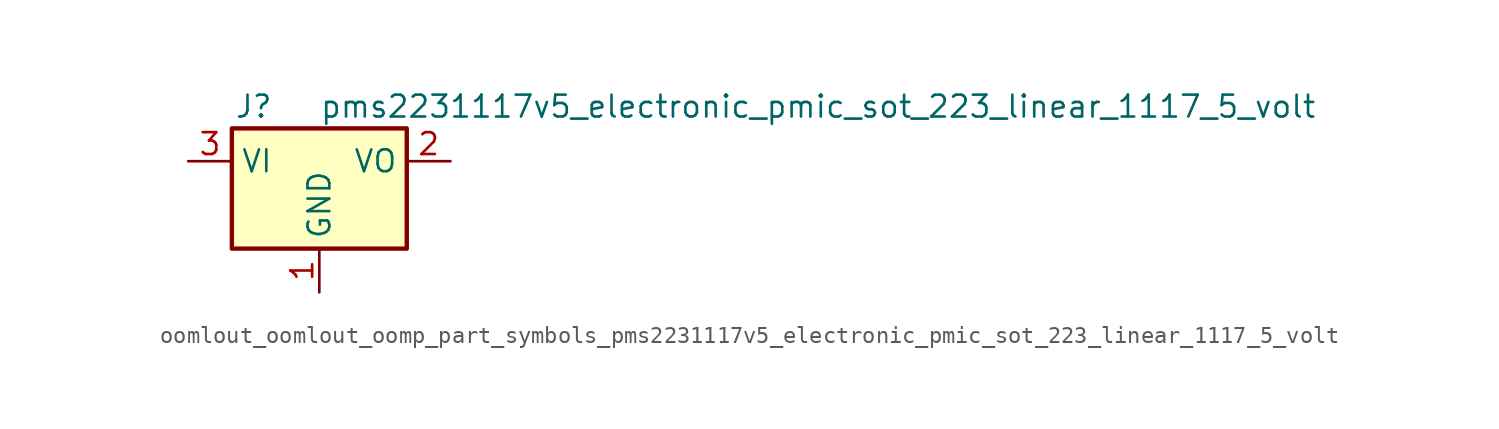
<source format=kicad_sym>
(kicad_symbol_lib
  (version 20220914)
  (generator kicad_symbol_editor)
  (symbol "oomlout_oomlout_oomp_part_symbols_pms2231117v5_electronic_pmic_sot_223_linear_1117_5_volt"
    (property "Reference" "J"
      (at -3.81 3.175 0)
      (effects (font (size 1.27 1.27))))
    (property "Value" "pms2231117v5_electronic_pmic_sot_223_linear_1117_5_volt"
      (at 0 3.175 0)
      (effects (font (size 1.27 1.27)) (justify left)))
    (symbol "oomlout_oomlout_oomp_part_symbols_pms2231117v5_electronic_pmic_sot_223_linear_1117_5_volt_0_1"
      (rectangle (start -5.08 -5.08) (end 5.08 1.905) (stroke (width 0.254) (type default)) (fill (type background))))
    (symbol "oomlout_oomlout_oomp_part_symbols_pms2231117v5_electronic_pmic_sot_223_linear_1117_5_volt_1_1"
      (pin power_in line (at 0 -7.62 90) (length 2.54) (name "GND" (effects (font (size 1.27 1.27)))) (number "1" (effects (font (size 1.27 1.27)))))
      (pin power_out line (at 7.62 0 180) (length 2.54) (name "VO" (effects (font (size 1.27 1.27)))) (number "2" (effects (font (size 1.27 1.27)))))
      (pin power_in line (at -7.62 0 0) (length 2.54) (name "VI" (effects (font (size 1.27 1.27)))) (number "3" (effects (font (size 1.27 1.27))))))))
</source>
